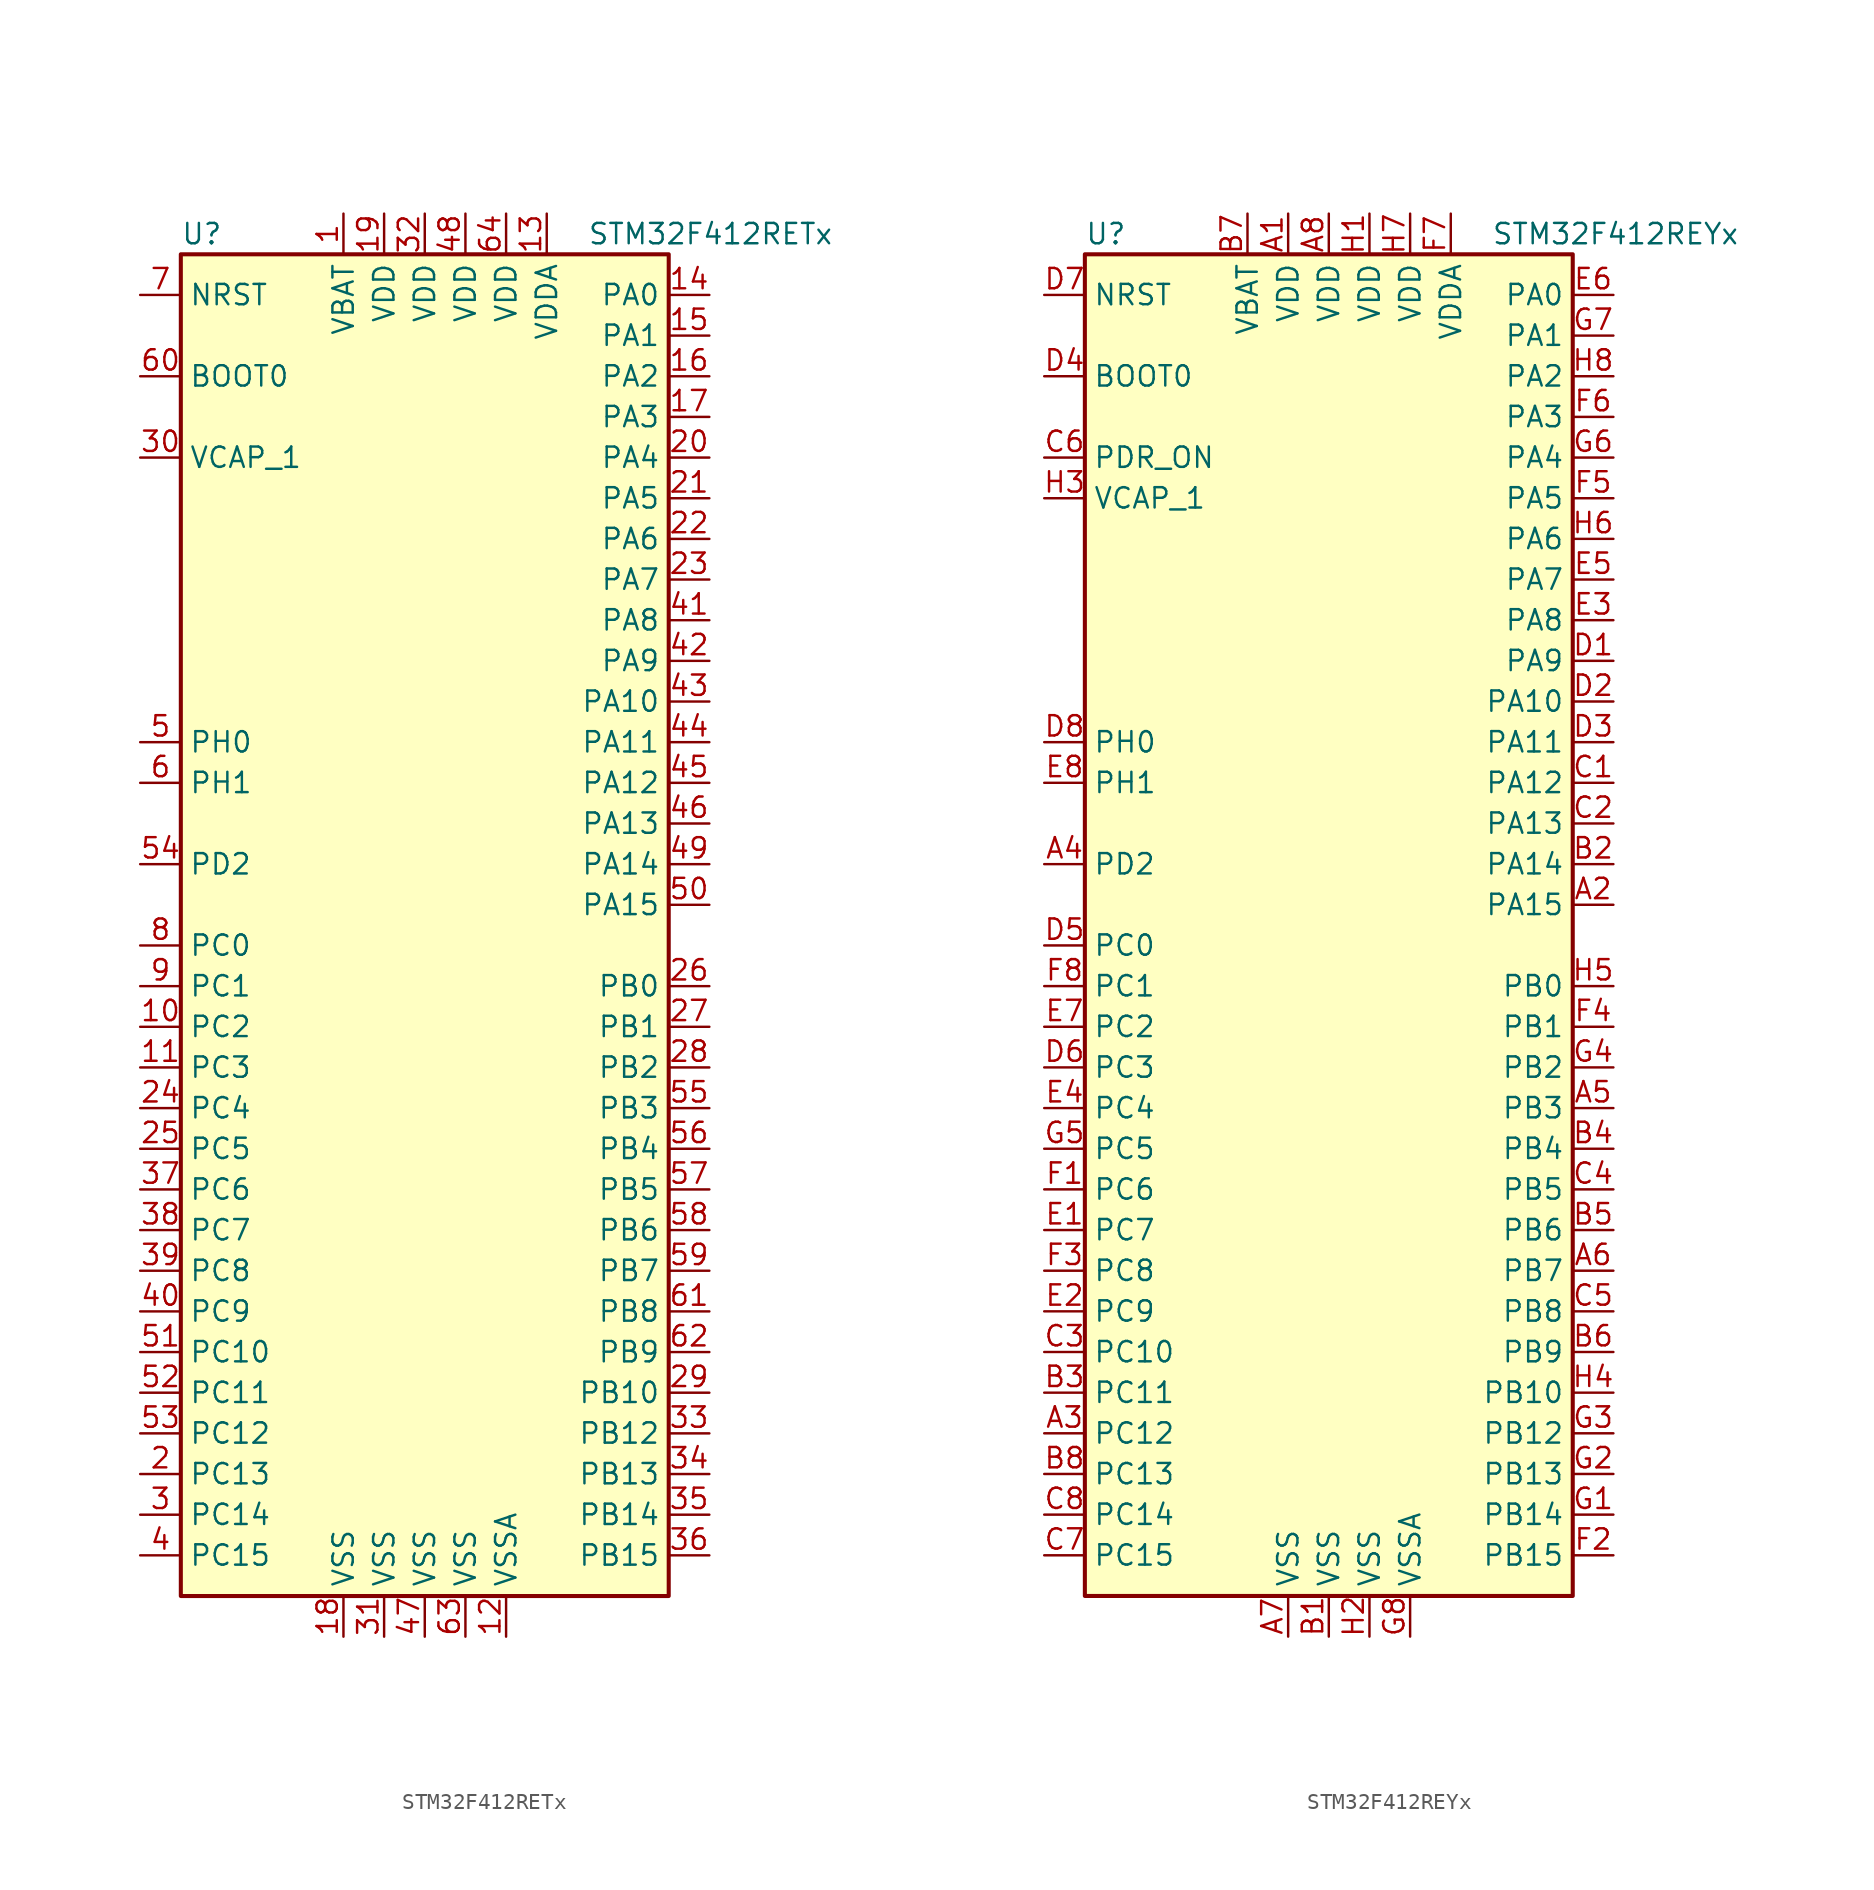
<source format=kicad_sym>
(kicad_symbol_lib
  (version 20220914)
  (generator kicad_symbol_editor)
  (symbol "STM32F412RETx"
    (property "Reference" "U"
      (at -15.24 41.91 0)
      (effects (font (size 1.27 1.27)) (justify left)))
    (property "Value" "STM32F412RETx"
      (at 10.16 41.91 0)
      (effects (font (size 1.27 1.27)) (justify left)))
    (symbol "STM32F412RETx_0_1"
      (rectangle (start -15.24 -43.18) (end 15.24 40.64) (stroke (width 0.254) (type default)) (fill (type background))))
    (symbol "STM32F412RETx_1_1"
      (pin power_in line (at -5.08 43.18 270) (length 2.54) (name "VBAT" (effects (font (size 1.27 1.27)))) (number "1" (effects (font (size 1.27 1.27)))))
      (pin bidirectional line (at -17.78 -7.62 0) (length 2.54) (name "PC2" (effects (font (size 1.27 1.27)))) (number "10" (effects (font (size 1.27 1.27)))))
      (pin bidirectional line (at -17.78 -10.16 0) (length 2.54) (name "PC3" (effects (font (size 1.27 1.27)))) (number "11" (effects (font (size 1.27 1.27)))))
      (pin power_in line (at 5.08 -45.72 90) (length 2.54) (name "VSSA" (effects (font (size 1.27 1.27)))) (number "12" (effects (font (size 1.27 1.27)))))
      (pin power_in line (at 7.62 43.18 270) (length 2.54) (name "VDDA" (effects (font (size 1.27 1.27)))) (number "13" (effects (font (size 1.27 1.27)))))
      (pin bidirectional line (at 17.78 38.1 180) (length 2.54) (name "PA0" (effects (font (size 1.27 1.27)))) (number "14" (effects (font (size 1.27 1.27)))))
      (pin bidirectional line (at 17.78 35.56 180) (length 2.54) (name "PA1" (effects (font (size 1.27 1.27)))) (number "15" (effects (font (size 1.27 1.27)))))
      (pin bidirectional line (at 17.78 33.02 180) (length 2.54) (name "PA2" (effects (font (size 1.27 1.27)))) (number "16" (effects (font (size 1.27 1.27)))))
      (pin bidirectional line (at 17.78 30.48 180) (length 2.54) (name "PA3" (effects (font (size 1.27 1.27)))) (number "17" (effects (font (size 1.27 1.27)))))
      (pin power_in line (at -5.08 -45.72 90) (length 2.54) (name "VSS" (effects (font (size 1.27 1.27)))) (number "18" (effects (font (size 1.27 1.27)))))
      (pin power_in line (at -2.54 43.18 270) (length 2.54) (name "VDD" (effects (font (size 1.27 1.27)))) (number "19" (effects (font (size 1.27 1.27)))))
      (pin bidirectional line (at -17.78 -35.56 0) (length 2.54) (name "PC13" (effects (font (size 1.27 1.27)))) (number "2" (effects (font (size 1.27 1.27)))))
      (pin bidirectional line (at 17.78 27.94 180) (length 2.54) (name "PA4" (effects (font (size 1.27 1.27)))) (number "20" (effects (font (size 1.27 1.27)))))
      (pin bidirectional line (at 17.78 25.4 180) (length 2.54) (name "PA5" (effects (font (size 1.27 1.27)))) (number "21" (effects (font (size 1.27 1.27)))))
      (pin bidirectional line (at 17.78 22.86 180) (length 2.54) (name "PA6" (effects (font (size 1.27 1.27)))) (number "22" (effects (font (size 1.27 1.27)))))
      (pin bidirectional line (at 17.78 20.32 180) (length 2.54) (name "PA7" (effects (font (size 1.27 1.27)))) (number "23" (effects (font (size 1.27 1.27)))))
      (pin bidirectional line (at -17.78 -12.7 0) (length 2.54) (name "PC4" (effects (font (size 1.27 1.27)))) (number "24" (effects (font (size 1.27 1.27)))))
      (pin bidirectional line (at -17.78 -15.24 0) (length 2.54) (name "PC5" (effects (font (size 1.27 1.27)))) (number "25" (effects (font (size 1.27 1.27)))))
      (pin bidirectional line (at 17.78 -5.08 180) (length 2.54) (name "PB0" (effects (font (size 1.27 1.27)))) (number "26" (effects (font (size 1.27 1.27)))))
      (pin bidirectional line (at 17.78 -7.62 180) (length 2.54) (name "PB1" (effects (font (size 1.27 1.27)))) (number "27" (effects (font (size 1.27 1.27)))))
      (pin bidirectional line (at 17.78 -10.16 180) (length 2.54) (name "PB2" (effects (font (size 1.27 1.27)))) (number "28" (effects (font (size 1.27 1.27)))))
      (pin bidirectional line (at 17.78 -30.48 180) (length 2.54) (name "PB10" (effects (font (size 1.27 1.27)))) (number "29" (effects (font (size 1.27 1.27)))))
      (pin bidirectional line (at -17.78 -38.1 0) (length 2.54) (name "PC14" (effects (font (size 1.27 1.27)))) (number "3" (effects (font (size 1.27 1.27)))))
      (pin power_in line (at -17.78 27.94 0) (length 2.54) (name "VCAP_1" (effects (font (size 1.27 1.27)))) (number "30" (effects (font (size 1.27 1.27)))))
      (pin power_in line (at -2.54 -45.72 90) (length 2.54) (name "VSS" (effects (font (size 1.27 1.27)))) (number "31" (effects (font (size 1.27 1.27)))))
      (pin power_in line (at 0 43.18 270) (length 2.54) (name "VDD" (effects (font (size 1.27 1.27)))) (number "32" (effects (font (size 1.27 1.27)))))
      (pin bidirectional line (at 17.78 -33.02 180) (length 2.54) (name "PB12" (effects (font (size 1.27 1.27)))) (number "33" (effects (font (size 1.27 1.27)))))
      (pin bidirectional line (at 17.78 -35.56 180) (length 2.54) (name "PB13" (effects (font (size 1.27 1.27)))) (number "34" (effects (font (size 1.27 1.27)))))
      (pin bidirectional line (at 17.78 -38.1 180) (length 2.54) (name "PB14" (effects (font (size 1.27 1.27)))) (number "35" (effects (font (size 1.27 1.27)))))
      (pin bidirectional line (at 17.78 -40.64 180) (length 2.54) (name "PB15" (effects (font (size 1.27 1.27)))) (number "36" (effects (font (size 1.27 1.27)))))
      (pin bidirectional line (at -17.78 -17.78 0) (length 2.54) (name "PC6" (effects (font (size 1.27 1.27)))) (number "37" (effects (font (size 1.27 1.27)))))
      (pin bidirectional line (at -17.78 -20.32 0) (length 2.54) (name "PC7" (effects (font (size 1.27 1.27)))) (number "38" (effects (font (size 1.27 1.27)))))
      (pin bidirectional line (at -17.78 -22.86 0) (length 2.54) (name "PC8" (effects (font (size 1.27 1.27)))) (number "39" (effects (font (size 1.27 1.27)))))
      (pin bidirectional line (at -17.78 -40.64 0) (length 2.54) (name "PC15" (effects (font (size 1.27 1.27)))) (number "4" (effects (font (size 1.27 1.27)))))
      (pin bidirectional line (at -17.78 -25.4 0) (length 2.54) (name "PC9" (effects (font (size 1.27 1.27)))) (number "40" (effects (font (size 1.27 1.27)))))
      (pin bidirectional line (at 17.78 17.78 180) (length 2.54) (name "PA8" (effects (font (size 1.27 1.27)))) (number "41" (effects (font (size 1.27 1.27)))))
      (pin bidirectional line (at 17.78 15.24 180) (length 2.54) (name "PA9" (effects (font (size 1.27 1.27)))) (number "42" (effects (font (size 1.27 1.27)))))
      (pin bidirectional line (at 17.78 12.7 180) (length 2.54) (name "PA10" (effects (font (size 1.27 1.27)))) (number "43" (effects (font (size 1.27 1.27)))))
      (pin bidirectional line (at 17.78 10.16 180) (length 2.54) (name "PA11" (effects (font (size 1.27 1.27)))) (number "44" (effects (font (size 1.27 1.27)))))
      (pin bidirectional line (at 17.78 7.62 180) (length 2.54) (name "PA12" (effects (font (size 1.27 1.27)))) (number "45" (effects (font (size 1.27 1.27)))))
      (pin bidirectional line (at 17.78 5.08 180) (length 2.54) (name "PA13" (effects (font (size 1.27 1.27)))) (number "46" (effects (font (size 1.27 1.27)))))
      (pin power_in line (at 0 -45.72 90) (length 2.54) (name "VSS" (effects (font (size 1.27 1.27)))) (number "47" (effects (font (size 1.27 1.27)))))
      (pin power_in line (at 2.54 43.18 270) (length 2.54) (name "VDD" (effects (font (size 1.27 1.27)))) (number "48" (effects (font (size 1.27 1.27)))))
      (pin bidirectional line (at 17.78 2.54 180) (length 2.54) (name "PA14" (effects (font (size 1.27 1.27)))) (number "49" (effects (font (size 1.27 1.27)))))
      (pin input line (at -17.78 10.16 0) (length 2.54) (name "PH0" (effects (font (size 1.27 1.27)))) (number "5" (effects (font (size 1.27 1.27)))))
      (pin bidirectional line (at 17.78 0 180) (length 2.54) (name "PA15" (effects (font (size 1.27 1.27)))) (number "50" (effects (font (size 1.27 1.27)))))
      (pin bidirectional line (at -17.78 -27.94 0) (length 2.54) (name "PC10" (effects (font (size 1.27 1.27)))) (number "51" (effects (font (size 1.27 1.27)))))
      (pin bidirectional line (at -17.78 -30.48 0) (length 2.54) (name "PC11" (effects (font (size 1.27 1.27)))) (number "52" (effects (font (size 1.27 1.27)))))
      (pin bidirectional line (at -17.78 -33.02 0) (length 2.54) (name "PC12" (effects (font (size 1.27 1.27)))) (number "53" (effects (font (size 1.27 1.27)))))
      (pin bidirectional line (at -17.78 2.54 0) (length 2.54) (name "PD2" (effects (font (size 1.27 1.27)))) (number "54" (effects (font (size 1.27 1.27)))))
      (pin bidirectional line (at 17.78 -12.7 180) (length 2.54) (name "PB3" (effects (font (size 1.27 1.27)))) (number "55" (effects (font (size 1.27 1.27)))))
      (pin bidirectional line (at 17.78 -15.24 180) (length 2.54) (name "PB4" (effects (font (size 1.27 1.27)))) (number "56" (effects (font (size 1.27 1.27)))))
      (pin bidirectional line (at 17.78 -17.78 180) (length 2.54) (name "PB5" (effects (font (size 1.27 1.27)))) (number "57" (effects (font (size 1.27 1.27)))))
      (pin bidirectional line (at 17.78 -20.32 180) (length 2.54) (name "PB6" (effects (font (size 1.27 1.27)))) (number "58" (effects (font (size 1.27 1.27)))))
      (pin bidirectional line (at 17.78 -22.86 180) (length 2.54) (name "PB7" (effects (font (size 1.27 1.27)))) (number "59" (effects (font (size 1.27 1.27)))))
      (pin input line (at -17.78 7.62 0) (length 2.54) (name "PH1" (effects (font (size 1.27 1.27)))) (number "6" (effects (font (size 1.27 1.27)))))
      (pin input line (at -17.78 33.02 0) (length 2.54) (name "BOOT0" (effects (font (size 1.27 1.27)))) (number "60" (effects (font (size 1.27 1.27)))))
      (pin bidirectional line (at 17.78 -25.4 180) (length 2.54) (name "PB8" (effects (font (size 1.27 1.27)))) (number "61" (effects (font (size 1.27 1.27)))))
      (pin bidirectional line (at 17.78 -27.94 180) (length 2.54) (name "PB9" (effects (font (size 1.27 1.27)))) (number "62" (effects (font (size 1.27 1.27)))))
      (pin power_in line (at 2.54 -45.72 90) (length 2.54) (name "VSS" (effects (font (size 1.27 1.27)))) (number "63" (effects (font (size 1.27 1.27)))))
      (pin power_in line (at 5.08 43.18 270) (length 2.54) (name "VDD" (effects (font (size 1.27 1.27)))) (number "64" (effects (font (size 1.27 1.27)))))
      (pin input line (at -17.78 38.1 0) (length 2.54) (name "NRST" (effects (font (size 1.27 1.27)))) (number "7" (effects (font (size 1.27 1.27)))))
      (pin bidirectional line (at -17.78 -2.54 0) (length 2.54) (name "PC0" (effects (font (size 1.27 1.27)))) (number "8" (effects (font (size 1.27 1.27)))))
      (pin bidirectional line (at -17.78 -5.08 0) (length 2.54) (name "PC1" (effects (font (size 1.27 1.27)))) (number "9" (effects (font (size 1.27 1.27)))))))
  (symbol "STM32F412REYx"
    (property "Reference" "U"
      (at -15.24 41.91 0)
      (effects (font (size 1.27 1.27)) (justify left)))
    (property "Value" "STM32F412REYx"
      (at 10.16 41.91 0)
      (effects (font (size 1.27 1.27)) (justify left)))
    (symbol "STM32F412REYx_0_1"
      (rectangle (start -15.24 -43.18) (end 15.24 40.64) (stroke (width 0.254) (type default)) (fill (type background))))
    (symbol "STM32F412REYx_1_1"
      (pin power_in line (at -2.54 43.18 270) (length 2.54) (name "VDD" (effects (font (size 1.27 1.27)))) (number "A1" (effects (font (size 1.27 1.27)))))
      (pin bidirectional line (at 17.78 0 180) (length 2.54) (name "PA15" (effects (font (size 1.27 1.27)))) (number "A2" (effects (font (size 1.27 1.27)))))
      (pin bidirectional line (at -17.78 -33.02 0) (length 2.54) (name "PC12" (effects (font (size 1.27 1.27)))) (number "A3" (effects (font (size 1.27 1.27)))))
      (pin bidirectional line (at -17.78 2.54 0) (length 2.54) (name "PD2" (effects (font (size 1.27 1.27)))) (number "A4" (effects (font (size 1.27 1.27)))))
      (pin bidirectional line (at 17.78 -12.7 180) (length 2.54) (name "PB3" (effects (font (size 1.27 1.27)))) (number "A5" (effects (font (size 1.27 1.27)))))
      (pin bidirectional line (at 17.78 -22.86 180) (length 2.54) (name "PB7" (effects (font (size 1.27 1.27)))) (number "A6" (effects (font (size 1.27 1.27)))))
      (pin power_in line (at -2.54 -45.72 90) (length 2.54) (name "VSS" (effects (font (size 1.27 1.27)))) (number "A7" (effects (font (size 1.27 1.27)))))
      (pin power_in line (at 0 43.18 270) (length 2.54) (name "VDD" (effects (font (size 1.27 1.27)))) (number "A8" (effects (font (size 1.27 1.27)))))
      (pin power_in line (at 0 -45.72 90) (length 2.54) (name "VSS" (effects (font (size 1.27 1.27)))) (number "B1" (effects (font (size 1.27 1.27)))))
      (pin bidirectional line (at 17.78 2.54 180) (length 2.54) (name "PA14" (effects (font (size 1.27 1.27)))) (number "B2" (effects (font (size 1.27 1.27)))))
      (pin bidirectional line (at -17.78 -30.48 0) (length 2.54) (name "PC11" (effects (font (size 1.27 1.27)))) (number "B3" (effects (font (size 1.27 1.27)))))
      (pin bidirectional line (at 17.78 -15.24 180) (length 2.54) (name "PB4" (effects (font (size 1.27 1.27)))) (number "B4" (effects (font (size 1.27 1.27)))))
      (pin bidirectional line (at 17.78 -20.32 180) (length 2.54) (name "PB6" (effects (font (size 1.27 1.27)))) (number "B5" (effects (font (size 1.27 1.27)))))
      (pin bidirectional line (at 17.78 -27.94 180) (length 2.54) (name "PB9" (effects (font (size 1.27 1.27)))) (number "B6" (effects (font (size 1.27 1.27)))))
      (pin power_in line (at -5.08 43.18 270) (length 2.54) (name "VBAT" (effects (font (size 1.27 1.27)))) (number "B7" (effects (font (size 1.27 1.27)))))
      (pin bidirectional line (at -17.78 -35.56 0) (length 2.54) (name "PC13" (effects (font (size 1.27 1.27)))) (number "B8" (effects (font (size 1.27 1.27)))))
      (pin bidirectional line (at 17.78 7.62 180) (length 2.54) (name "PA12" (effects (font (size 1.27 1.27)))) (number "C1" (effects (font (size 1.27 1.27)))))
      (pin bidirectional line (at 17.78 5.08 180) (length 2.54) (name "PA13" (effects (font (size 1.27 1.27)))) (number "C2" (effects (font (size 1.27 1.27)))))
      (pin bidirectional line (at -17.78 -27.94 0) (length 2.54) (name "PC10" (effects (font (size 1.27 1.27)))) (number "C3" (effects (font (size 1.27 1.27)))))
      (pin bidirectional line (at 17.78 -17.78 180) (length 2.54) (name "PB5" (effects (font (size 1.27 1.27)))) (number "C4" (effects (font (size 1.27 1.27)))))
      (pin bidirectional line (at 17.78 -25.4 180) (length 2.54) (name "PB8" (effects (font (size 1.27 1.27)))) (number "C5" (effects (font (size 1.27 1.27)))))
      (pin power_in line (at -17.78 27.94 0) (length 2.54) (name "PDR_ON" (effects (font (size 1.27 1.27)))) (number "C6" (effects (font (size 1.27 1.27)))))
      (pin bidirectional line (at -17.78 -40.64 0) (length 2.54) (name "PC15" (effects (font (size 1.27 1.27)))) (number "C7" (effects (font (size 1.27 1.27)))))
      (pin bidirectional line (at -17.78 -38.1 0) (length 2.54) (name "PC14" (effects (font (size 1.27 1.27)))) (number "C8" (effects (font (size 1.27 1.27)))))
      (pin bidirectional line (at 17.78 15.24 180) (length 2.54) (name "PA9" (effects (font (size 1.27 1.27)))) (number "D1" (effects (font (size 1.27 1.27)))))
      (pin bidirectional line (at 17.78 12.7 180) (length 2.54) (name "PA10" (effects (font (size 1.27 1.27)))) (number "D2" (effects (font (size 1.27 1.27)))))
      (pin bidirectional line (at 17.78 10.16 180) (length 2.54) (name "PA11" (effects (font (size 1.27 1.27)))) (number "D3" (effects (font (size 1.27 1.27)))))
      (pin input line (at -17.78 33.02 0) (length 2.54) (name "BOOT0" (effects (font (size 1.27 1.27)))) (number "D4" (effects (font (size 1.27 1.27)))))
      (pin bidirectional line (at -17.78 -2.54 0) (length 2.54) (name "PC0" (effects (font (size 1.27 1.27)))) (number "D5" (effects (font (size 1.27 1.27)))))
      (pin bidirectional line (at -17.78 -10.16 0) (length 2.54) (name "PC3" (effects (font (size 1.27 1.27)))) (number "D6" (effects (font (size 1.27 1.27)))))
      (pin input line (at -17.78 38.1 0) (length 2.54) (name "NRST" (effects (font (size 1.27 1.27)))) (number "D7" (effects (font (size 1.27 1.27)))))
      (pin input line (at -17.78 10.16 0) (length 2.54) (name "PH0" (effects (font (size 1.27 1.27)))) (number "D8" (effects (font (size 1.27 1.27)))))
      (pin bidirectional line (at -17.78 -20.32 0) (length 2.54) (name "PC7" (effects (font (size 1.27 1.27)))) (number "E1" (effects (font (size 1.27 1.27)))))
      (pin bidirectional line (at -17.78 -25.4 0) (length 2.54) (name "PC9" (effects (font (size 1.27 1.27)))) (number "E2" (effects (font (size 1.27 1.27)))))
      (pin bidirectional line (at 17.78 17.78 180) (length 2.54) (name "PA8" (effects (font (size 1.27 1.27)))) (number "E3" (effects (font (size 1.27 1.27)))))
      (pin bidirectional line (at -17.78 -12.7 0) (length 2.54) (name "PC4" (effects (font (size 1.27 1.27)))) (number "E4" (effects (font (size 1.27 1.27)))))
      (pin bidirectional line (at 17.78 20.32 180) (length 2.54) (name "PA7" (effects (font (size 1.27 1.27)))) (number "E5" (effects (font (size 1.27 1.27)))))
      (pin bidirectional line (at 17.78 38.1 180) (length 2.54) (name "PA0" (effects (font (size 1.27 1.27)))) (number "E6" (effects (font (size 1.27 1.27)))))
      (pin bidirectional line (at -17.78 -7.62 0) (length 2.54) (name "PC2" (effects (font (size 1.27 1.27)))) (number "E7" (effects (font (size 1.27 1.27)))))
      (pin input line (at -17.78 7.62 0) (length 2.54) (name "PH1" (effects (font (size 1.27 1.27)))) (number "E8" (effects (font (size 1.27 1.27)))))
      (pin bidirectional line (at -17.78 -17.78 0) (length 2.54) (name "PC6" (effects (font (size 1.27 1.27)))) (number "F1" (effects (font (size 1.27 1.27)))))
      (pin bidirectional line (at 17.78 -40.64 180) (length 2.54) (name "PB15" (effects (font (size 1.27 1.27)))) (number "F2" (effects (font (size 1.27 1.27)))))
      (pin bidirectional line (at -17.78 -22.86 0) (length 2.54) (name "PC8" (effects (font (size 1.27 1.27)))) (number "F3" (effects (font (size 1.27 1.27)))))
      (pin bidirectional line (at 17.78 -7.62 180) (length 2.54) (name "PB1" (effects (font (size 1.27 1.27)))) (number "F4" (effects (font (size 1.27 1.27)))))
      (pin bidirectional line (at 17.78 25.4 180) (length 2.54) (name "PA5" (effects (font (size 1.27 1.27)))) (number "F5" (effects (font (size 1.27 1.27)))))
      (pin bidirectional line (at 17.78 30.48 180) (length 2.54) (name "PA3" (effects (font (size 1.27 1.27)))) (number "F6" (effects (font (size 1.27 1.27)))))
      (pin power_in line (at 7.62 43.18 270) (length 2.54) (name "VDDA" (effects (font (size 1.27 1.27)))) (number "F7" (effects (font (size 1.27 1.27)))))
      (pin bidirectional line (at -17.78 -5.08 0) (length 2.54) (name "PC1" (effects (font (size 1.27 1.27)))) (number "F8" (effects (font (size 1.27 1.27)))))
      (pin bidirectional line (at 17.78 -38.1 180) (length 2.54) (name "PB14" (effects (font (size 1.27 1.27)))) (number "G1" (effects (font (size 1.27 1.27)))))
      (pin bidirectional line (at 17.78 -35.56 180) (length 2.54) (name "PB13" (effects (font (size 1.27 1.27)))) (number "G2" (effects (font (size 1.27 1.27)))))
      (pin bidirectional line (at 17.78 -33.02 180) (length 2.54) (name "PB12" (effects (font (size 1.27 1.27)))) (number "G3" (effects (font (size 1.27 1.27)))))
      (pin bidirectional line (at 17.78 -10.16 180) (length 2.54) (name "PB2" (effects (font (size 1.27 1.27)))) (number "G4" (effects (font (size 1.27 1.27)))))
      (pin bidirectional line (at -17.78 -15.24 0) (length 2.54) (name "PC5" (effects (font (size 1.27 1.27)))) (number "G5" (effects (font (size 1.27 1.27)))))
      (pin bidirectional line (at 17.78 27.94 180) (length 2.54) (name "PA4" (effects (font (size 1.27 1.27)))) (number "G6" (effects (font (size 1.27 1.27)))))
      (pin bidirectional line (at 17.78 35.56 180) (length 2.54) (name "PA1" (effects (font (size 1.27 1.27)))) (number "G7" (effects (font (size 1.27 1.27)))))
      (pin power_in line (at 5.08 -45.72 90) (length 2.54) (name "VSSA" (effects (font (size 1.27 1.27)))) (number "G8" (effects (font (size 1.27 1.27)))))
      (pin power_in line (at 2.54 43.18 270) (length 2.54) (name "VDD" (effects (font (size 1.27 1.27)))) (number "H1" (effects (font (size 1.27 1.27)))))
      (pin power_in line (at 2.54 -45.72 90) (length 2.54) (name "VSS" (effects (font (size 1.27 1.27)))) (number "H2" (effects (font (size 1.27 1.27)))))
      (pin power_in line (at -17.78 25.4 0) (length 2.54) (name "VCAP_1" (effects (font (size 1.27 1.27)))) (number "H3" (effects (font (size 1.27 1.27)))))
      (pin bidirectional line (at 17.78 -30.48 180) (length 2.54) (name "PB10" (effects (font (size 1.27 1.27)))) (number "H4" (effects (font (size 1.27 1.27)))))
      (pin bidirectional line (at 17.78 -5.08 180) (length 2.54) (name "PB0" (effects (font (size 1.27 1.27)))) (number "H5" (effects (font (size 1.27 1.27)))))
      (pin bidirectional line (at 17.78 22.86 180) (length 2.54) (name "PA6" (effects (font (size 1.27 1.27)))) (number "H6" (effects (font (size 1.27 1.27)))))
      (pin power_in line (at 5.08 43.18 270) (length 2.54) (name "VDD" (effects (font (size 1.27 1.27)))) (number "H7" (effects (font (size 1.27 1.27)))))
      (pin bidirectional line (at 17.78 33.02 180) (length 2.54) (name "PA2" (effects (font (size 1.27 1.27)))) (number "H8" (effects (font (size 1.27 1.27))))))))
</source>
